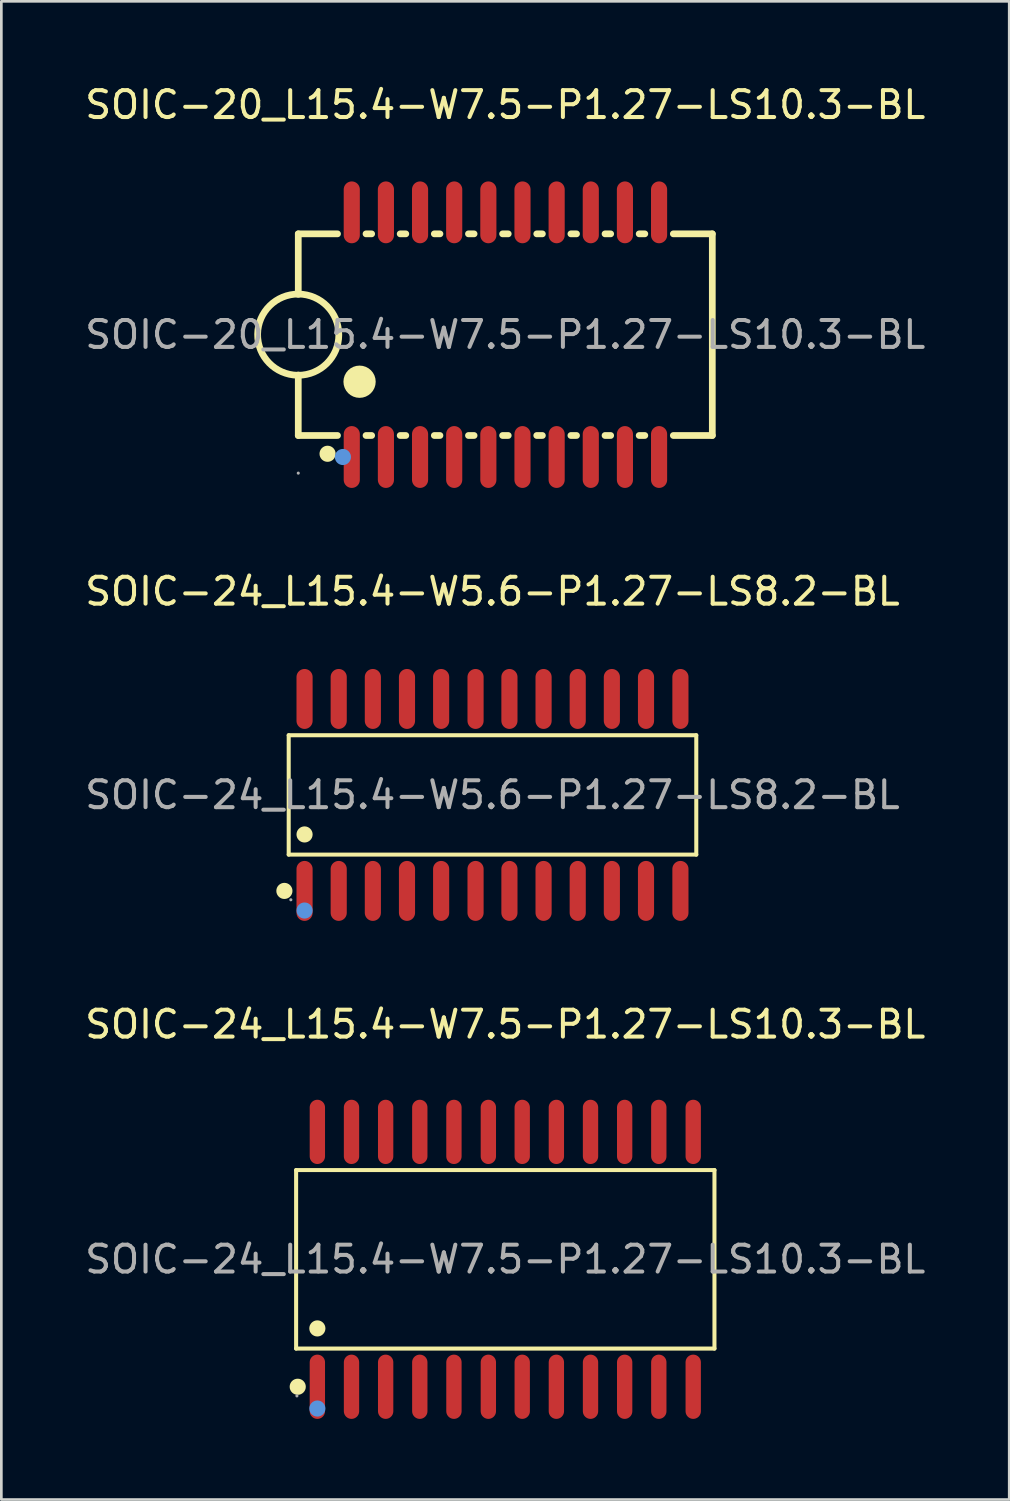
<source format=kicad_pcb>
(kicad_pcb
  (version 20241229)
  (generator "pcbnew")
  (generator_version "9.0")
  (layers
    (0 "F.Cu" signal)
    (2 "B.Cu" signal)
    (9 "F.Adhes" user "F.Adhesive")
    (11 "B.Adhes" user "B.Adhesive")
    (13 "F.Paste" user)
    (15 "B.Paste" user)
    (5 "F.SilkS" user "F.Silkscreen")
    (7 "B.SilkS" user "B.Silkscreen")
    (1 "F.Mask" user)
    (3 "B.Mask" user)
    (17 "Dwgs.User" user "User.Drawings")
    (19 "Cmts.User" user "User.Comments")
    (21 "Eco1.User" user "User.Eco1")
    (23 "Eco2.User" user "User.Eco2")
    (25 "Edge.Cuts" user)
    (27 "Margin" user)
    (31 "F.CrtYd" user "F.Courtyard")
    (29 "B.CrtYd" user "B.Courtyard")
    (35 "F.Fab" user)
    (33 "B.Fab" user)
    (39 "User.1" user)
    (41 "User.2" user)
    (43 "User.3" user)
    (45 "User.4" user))
  (footprint "SOIC-24_L15.4-W5.6-P1.27-LS8.2-BL"
    (layer "F.Cu")
    (at 15.268 26.517)
    (property "Reference" "SOIC-24_L15.4-W5.6-P1.27-LS8.2-BL" (at 0 -7.57 0) (layer "F.SilkS") (effects (font (size 1 1) (thickness 0.15))))
    (attr through_hole)
    (fp_line (start -7.58 -2.22) (end 7.58 -2.22) (stroke (width 0.15) (type solid)) (layer "F.SilkS"))
    (fp_line (start -7.58 2.22) (end -7.58 -2.22) (stroke (width 0.15) (type solid)) (layer "F.SilkS"))
    (fp_line (start 7.58 -2.22) (end 7.58 2.22) (stroke (width 0.15) (type solid)) (layer "F.SilkS"))
    (fp_line (start 7.58 2.22) (end -7.58 2.22) (stroke (width 0.15) (type solid)) (layer "F.SilkS"))
    (fp_circle (center -7.74 3.57) (end -7.59 3.57) (stroke (width 0.3) (type solid)) (fill no) (layer "F.SilkS"))
    (fp_circle (center -6.99 1.47) (end -6.84 1.47) (stroke (width 0.3) (type solid)) (fill no) (layer "F.SilkS"))
    (fp_circle (center -6.99 4.3) (end -6.84 4.3) (stroke (width 0.3) (type solid)) (fill no) (layer "Cmts.User"))
    (fp_circle (center -7.5 3.9) (end -7.47 3.9) (stroke (width 0.06) (type solid)) (fill no) (layer "F.Fab"))
    (fp_text user "${REFERENCE}" (at 0 0 0) (layer "F.Fab") (effects (font (size 1 1) (thickness 0.15))))
    (pad "1" smd oval (at -6.99 3.57) (size 0.6 2.23) (layers "F.Cu" "F.Mask" "F.Paste"))
    (pad "2" smd oval (at -5.72 3.57) (size 0.6 2.23) (layers "F.Cu" "F.Mask" "F.Paste"))
    (pad "3" smd oval (at -4.45 3.57) (size 0.6 2.23) (layers "F.Cu" "F.Mask" "F.Paste"))
    (pad "4" smd oval (at -3.18 3.57) (size 0.6 2.23) (layers "F.Cu" "F.Mask" "F.Paste"))
    (pad "5" smd oval (at -1.91 3.57) (size 0.6 2.23) (layers "F.Cu" "F.Mask" "F.Paste"))
    (pad "6" smd oval (at -0.63 3.57) (size 0.6 2.23) (layers "F.Cu" "F.Mask" "F.Paste"))
    (pad "7" smd oval (at 0.63 3.57) (size 0.6 2.23) (layers "F.Cu" "F.Mask" "F.Paste"))
    (pad "8" smd oval (at 1.9 3.57) (size 0.6 2.23) (layers "F.Cu" "F.Mask" "F.Paste"))
    (pad "9" smd oval (at 3.17 3.57) (size 0.6 2.23) (layers "F.Cu" "F.Mask" "F.Paste"))
    (pad "10" smd oval (at 4.44 3.57) (size 0.6 2.23) (layers "F.Cu" "F.Mask" "F.Paste"))
    (pad "11" smd oval (at 5.71 3.57) (size 0.6 2.23) (layers "F.Cu" "F.Mask" "F.Paste"))
    (pad "12" smd oval (at 6.99 3.57) (size 0.6 2.23) (layers "F.Cu" "F.Mask" "F.Paste"))
    (pad "13" smd oval (at 6.99 -3.57) (size 0.6 2.23) (layers "F.Cu" "F.Mask" "F.Paste"))
    (pad "14" smd oval (at 5.71 -3.57) (size 0.6 2.23) (layers "F.Cu" "F.Mask" "F.Paste"))
    (pad "15" smd oval (at 4.44 -3.57) (size 0.6 2.23) (layers "F.Cu" "F.Mask" "F.Paste"))
    (pad "16" smd oval (at 3.17 -3.57) (size 0.6 2.23) (layers "F.Cu" "F.Mask" "F.Paste"))
    (pad "17" smd oval (at 1.9 -3.57) (size 0.6 2.23) (layers "F.Cu" "F.Mask" "F.Paste"))
    (pad "18" smd oval (at 0.63 -3.57) (size 0.6 2.23) (layers "F.Cu" "F.Mask" "F.Paste"))
    (pad "19" smd oval (at -0.63 -3.57) (size 0.6 2.23) (layers "F.Cu" "F.Mask" "F.Paste"))
    (pad "20" smd oval (at -1.91 -3.57) (size 0.6 2.23) (layers "F.Cu" "F.Mask" "F.Paste"))
    (pad "21" smd oval (at -3.18 -3.57) (size 0.6 2.23) (layers "F.Cu" "F.Mask" "F.Paste"))
    (pad "22" smd oval (at -4.45 -3.57) (size 0.6 2.23) (layers "F.Cu" "F.Mask" "F.Paste"))
    (pad "23" smd oval (at -5.72 -3.57) (size 0.6 2.23) (layers "F.Cu" "F.Mask" "F.Paste"))
    (pad "24" smd oval (at -6.99 -3.57) (size 0.6 2.23) (layers "F.Cu" "F.Mask" "F.Paste")))
  (footprint "SOIC-24_L15.4-W7.5-P1.27-LS10.3-BL"
    (layer "F.Cu")
    (at 15.744 43.79)
    (property "Reference" "SOIC-24_L15.4-W7.5-P1.27-LS10.3-BL" (at 0 -8.74 0) (layer "F.SilkS") (effects (font (size 1 1) (thickness 0.15))))
    (attr through_hole)
    (fp_line (start -7.78 -3.32) (end 7.78 -3.32) (stroke (width 0.15) (type solid)) (layer "F.SilkS"))
    (fp_line (start -7.78 3.32) (end -7.78 -3.32) (stroke (width 0.15) (type solid)) (layer "F.SilkS"))
    (fp_line (start 7.78 -3.32) (end 7.78 3.32) (stroke (width 0.15) (type solid)) (layer "F.SilkS"))
    (fp_line (start 7.78 3.32) (end -7.78 3.32) (stroke (width 0.15) (type solid)) (layer "F.SilkS"))
    (fp_circle (center -7.72 4.74) (end -7.57 4.74) (stroke (width 0.3) (type solid)) (fill no) (layer "F.SilkS"))
    (fp_circle (center -6.99 2.57) (end -6.84 2.57) (stroke (width 0.3) (type solid)) (fill no) (layer "F.SilkS"))
    (fp_circle (center -6.99 5.55) (end -6.84 5.55) (stroke (width 0.3) (type solid)) (fill no) (layer "Cmts.User"))
    (fp_circle (center -7.75 5.08) (end -7.72 5.08) (stroke (width 0.06) (type solid)) (fill no) (layer "F.Fab"))
    (fp_text user "${REFERENCE}" (at 0 0 0) (layer "F.Fab") (effects (font (size 1 1) (thickness 0.15))))
    (pad "1" smd oval (at -6.99 4.74) (size 0.57 2.39) (layers "F.Cu" "F.Mask" "F.Paste"))
    (pad "2" smd oval (at -5.72 4.74) (size 0.57 2.39) (layers "F.Cu" "F.Mask" "F.Paste"))
    (pad "3" smd oval (at -4.45 4.74) (size 0.57 2.39) (layers "F.Cu" "F.Mask" "F.Paste"))
    (pad "4" smd oval (at -3.18 4.74) (size 0.57 2.39) (layers "F.Cu" "F.Mask" "F.Paste"))
    (pad "5" smd oval (at -1.91 4.74) (size 0.57 2.39) (layers "F.Cu" "F.Mask" "F.Paste"))
    (pad "6" smd oval (at -0.63 4.74) (size 0.57 2.39) (layers "F.Cu" "F.Mask" "F.Paste"))
    (pad "7" smd oval (at 0.63 4.74) (size 0.57 2.39) (layers "F.Cu" "F.Mask" "F.Paste"))
    (pad "8" smd oval (at 1.9 4.74) (size 0.57 2.39) (layers "F.Cu" "F.Mask" "F.Paste"))
    (pad "9" smd oval (at 3.17 4.74) (size 0.57 2.39) (layers "F.Cu" "F.Mask" "F.Paste"))
    (pad "10" smd oval (at 4.44 4.74) (size 0.57 2.39) (layers "F.Cu" "F.Mask" "F.Paste"))
    (pad "11" smd oval (at 5.71 4.74) (size 0.57 2.39) (layers "F.Cu" "F.Mask" "F.Paste"))
    (pad "12" smd oval (at 6.99 4.74) (size 0.57 2.39) (layers "F.Cu" "F.Mask" "F.Paste"))
    (pad "13" smd oval (at 6.99 -4.74) (size 0.57 2.39) (layers "F.Cu" "F.Mask" "F.Paste"))
    (pad "14" smd oval (at 5.71 -4.74) (size 0.57 2.39) (layers "F.Cu" "F.Mask" "F.Paste"))
    (pad "15" smd oval (at 4.44 -4.74) (size 0.57 2.39) (layers "F.Cu" "F.Mask" "F.Paste"))
    (pad "16" smd oval (at 3.17 -4.74) (size 0.57 2.39) (layers "F.Cu" "F.Mask" "F.Paste"))
    (pad "17" smd oval (at 1.9 -4.74) (size 0.57 2.39) (layers "F.Cu" "F.Mask" "F.Paste"))
    (pad "18" smd oval (at 0.63 -4.74) (size 0.57 2.39) (layers "F.Cu" "F.Mask" "F.Paste"))
    (pad "19" smd oval (at -0.63 -4.74) (size 0.57 2.39) (layers "F.Cu" "F.Mask" "F.Paste"))
    (pad "20" smd oval (at -1.91 -4.74) (size 0.57 2.39) (layers "F.Cu" "F.Mask" "F.Paste"))
    (pad "21" smd oval (at -3.18 -4.74) (size 0.57 2.39) (layers "F.Cu" "F.Mask" "F.Paste"))
    (pad "22" smd oval (at -4.45 -4.74) (size 0.57 2.39) (layers "F.Cu" "F.Mask" "F.Paste"))
    (pad "23" smd oval (at -5.72 -4.74) (size 0.57 2.39) (layers "F.Cu" "F.Mask" "F.Paste"))
    (pad "24" smd oval (at -6.99 -4.74) (size 0.57 2.39) (layers "F.Cu" "F.Mask" "F.Paste")))
  (footprint "SOIC-20_L15.4-W7.5-P1.27-LS10.3-BL"
    (layer "F.Cu")
    (at 15.744 9.398)
    (property "Reference" "SOIC-20_L15.4-W7.5-P1.27-LS10.3-BL" (at 0 -8.55 0) (layer "F.SilkS") (effects (font (size 1 1) (thickness 0.15))))
    (attr through_hole)
    (fp_line (start -7.7 -3.75) (end -7.7 -1.5) (stroke (width 0.25) (type solid)) (layer "F.SilkS"))
    (fp_line (start -7.7 -3.75) (end -6.24 -3.75) (stroke (width 0.25) (type solid)) (layer "F.SilkS"))
    (fp_line (start -7.7 3.75) (end -7.7 1.5) (stroke (width 0.25) (type solid)) (layer "F.SilkS"))
    (fp_line (start -7.7 3.75) (end -6.24 3.75) (stroke (width 0.25) (type solid)) (layer "F.SilkS"))
    (fp_line (start -5.18 -3.75) (end -4.97 -3.75) (stroke (width 0.25) (type solid)) (layer "F.SilkS"))
    (fp_line (start -5.18 3.75) (end -4.97 3.75) (stroke (width 0.25) (type solid)) (layer "F.SilkS"))
    (fp_line (start -3.91 -3.75) (end -3.7 -3.75) (stroke (width 0.25) (type solid)) (layer "F.SilkS"))
    (fp_line (start -3.91 3.75) (end -3.7 3.75) (stroke (width 0.25) (type solid)) (layer "F.SilkS"))
    (fp_line (start -2.64 -3.75) (end -2.43 -3.75) (stroke (width 0.25) (type solid)) (layer "F.SilkS"))
    (fp_line (start -2.64 3.75) (end -2.43 3.75) (stroke (width 0.25) (type solid)) (layer "F.SilkS"))
    (fp_line (start -1.37 -3.75) (end -1.16 -3.75) (stroke (width 0.25) (type solid)) (layer "F.SilkS"))
    (fp_line (start -1.37 3.75) (end -1.16 3.75) (stroke (width 0.25) (type solid)) (layer "F.SilkS"))
    (fp_line (start -0.1 -3.75) (end 0.11 -3.75) (stroke (width 0.25) (type solid)) (layer "F.SilkS"))
    (fp_line (start -0.1 3.75) (end 0.11 3.75) (stroke (width 0.25) (type solid)) (layer "F.SilkS"))
    (fp_line (start 1.17 -3.75) (end 1.38 -3.75) (stroke (width 0.25) (type solid)) (layer "F.SilkS"))
    (fp_line (start 1.17 3.75) (end 1.38 3.75) (stroke (width 0.25) (type solid)) (layer "F.SilkS"))
    (fp_line (start 2.44 -3.75) (end 2.65 -3.75) (stroke (width 0.25) (type solid)) (layer "F.SilkS"))
    (fp_line (start 2.44 3.75) (end 2.65 3.75) (stroke (width 0.25) (type solid)) (layer "F.SilkS"))
    (fp_line (start 3.71 -3.75) (end 3.92 -3.75) (stroke (width 0.25) (type solid)) (layer "F.SilkS"))
    (fp_line (start 3.71 3.75) (end 3.92 3.75) (stroke (width 0.25) (type solid)) (layer "F.SilkS"))
    (fp_line (start 4.98 -3.75) (end 5.19 -3.75) (stroke (width 0.25) (type solid)) (layer "F.SilkS"))
    (fp_line (start 4.98 3.75) (end 5.19 3.75) (stroke (width 0.25) (type solid)) (layer "F.SilkS"))
    (fp_line (start 6.25 -3.75) (end 7.7 -3.75) (stroke (width 0.25) (type solid)) (layer "F.SilkS"))
    (fp_line (start 6.25 3.75) (end 7.7 3.75) (stroke (width 0.25) (type solid)) (layer "F.SilkS"))
    (fp_line (start 7.7 -3.75) (end 7.7 3.75) (stroke (width 0.25) (type solid)) (layer "F.SilkS"))
    (fp_arc (start -7.726353 1.50977) (mid -7.686823 -1.509942) (end -7.7 1.51) (stroke (width 0.25) (type solid)) (layer "F.SilkS"))
    (fp_arc (start -6.61 4.43) (mid -6.61 4.43) (end -6.61 4.43) (stroke (width 0.3) (type solid)) (layer "F.SilkS"))
    (fp_arc (start -5.42 1.75) (mid -5.42 1.75) (end -5.42 1.75) (stroke (width 0.6) (type solid)) (layer "F.SilkS"))
    (fp_circle (center -6.04 4.55) (end -5.89 4.55) (stroke (width 0.3) (type solid)) (fill no) (layer "Cmts.User"))
    (fp_circle (center -7.7 5.15) (end -7.67 5.15) (stroke (width 0.06) (type solid)) (fill no) (layer "F.Fab"))
    (fp_text user "${REFERENCE}" (at 0 0 0) (layer "F.Fab") (effects (font (size 1 1) (thickness 0.15))))
    (pad "1" smd oval (at -5.71 4.55 180) (size 0.6 2.3) (layers "F.Cu" "F.Mask" "F.Paste"))
    (pad "2" smd oval (at -4.44 4.55 180) (size 0.6 2.3) (layers "F.Cu" "F.Mask" "F.Paste"))
    (pad "3" smd oval (at -3.17 4.55 180) (size 0.6 2.3) (layers "F.Cu" "F.Mask" "F.Paste"))
    (pad "4" smd oval (at -1.9 4.55 180) (size 0.6 2.3) (layers "F.Cu" "F.Mask" "F.Paste"))
    (pad "5" smd oval (at -0.63 4.55 180) (size 0.6 2.3) (layers "F.Cu" "F.Mask" "F.Paste"))
    (pad "6" smd oval (at 0.64 4.55 180) (size 0.6 2.3) (layers "F.Cu" "F.Mask" "F.Paste"))
    (pad "7" smd oval (at 1.91 4.55 180) (size 0.6 2.3) (layers "F.Cu" "F.Mask" "F.Paste"))
    (pad "8" smd oval (at 3.18 4.55 180) (size 0.6 2.3) (layers "F.Cu" "F.Mask" "F.Paste"))
    (pad "9" smd oval (at 4.45 4.55 180) (size 0.6 2.3) (layers "F.Cu" "F.Mask" "F.Paste"))
    (pad "10" smd oval (at 5.72 4.55 180) (size 0.6 2.3) (layers "F.Cu" "F.Mask" "F.Paste"))
    (pad "11" smd oval (at 5.72 -4.55 180) (size 0.6 2.3) (layers "F.Cu" "F.Mask" "F.Paste"))
    (pad "12" smd oval (at 4.45 -4.55 180) (size 0.6 2.3) (layers "F.Cu" "F.Mask" "F.Paste"))
    (pad "13" smd oval (at 3.18 -4.55 180) (size 0.6 2.3) (layers "F.Cu" "F.Mask" "F.Paste"))
    (pad "14" smd oval (at 1.91 -4.55 180) (size 0.6 2.3) (layers "F.Cu" "F.Mask" "F.Paste"))
    (pad "15" smd oval (at 0.64 -4.55 180) (size 0.6 2.3) (layers "F.Cu" "F.Mask" "F.Paste"))
    (pad "16" smd oval (at -0.63 -4.55 180) (size 0.6 2.3) (layers "F.Cu" "F.Mask" "F.Paste"))
    (pad "17" smd oval (at -1.9 -4.55 180) (size 0.6 2.3) (layers "F.Cu" "F.Mask" "F.Paste"))
    (pad "18" smd oval (at -3.17 -4.55 180) (size 0.6 2.3) (layers "F.Cu" "F.Mask" "F.Paste"))
    (pad "19" smd oval (at -4.44 -4.55 180) (size 0.6 2.3) (layers "F.Cu" "F.Mask" "F.Paste"))
    (pad "20" smd oval (at -5.71 -4.55 180) (size 0.6 2.3) (layers "F.Cu" "F.Mask" "F.Paste")))
  (gr_rect
    (start -3 -3)
    (end 34.488 52.725)
    (stroke (width 0.1) (type default))
    (fill no)
    (layer "Edge.Cuts")))
</source>
